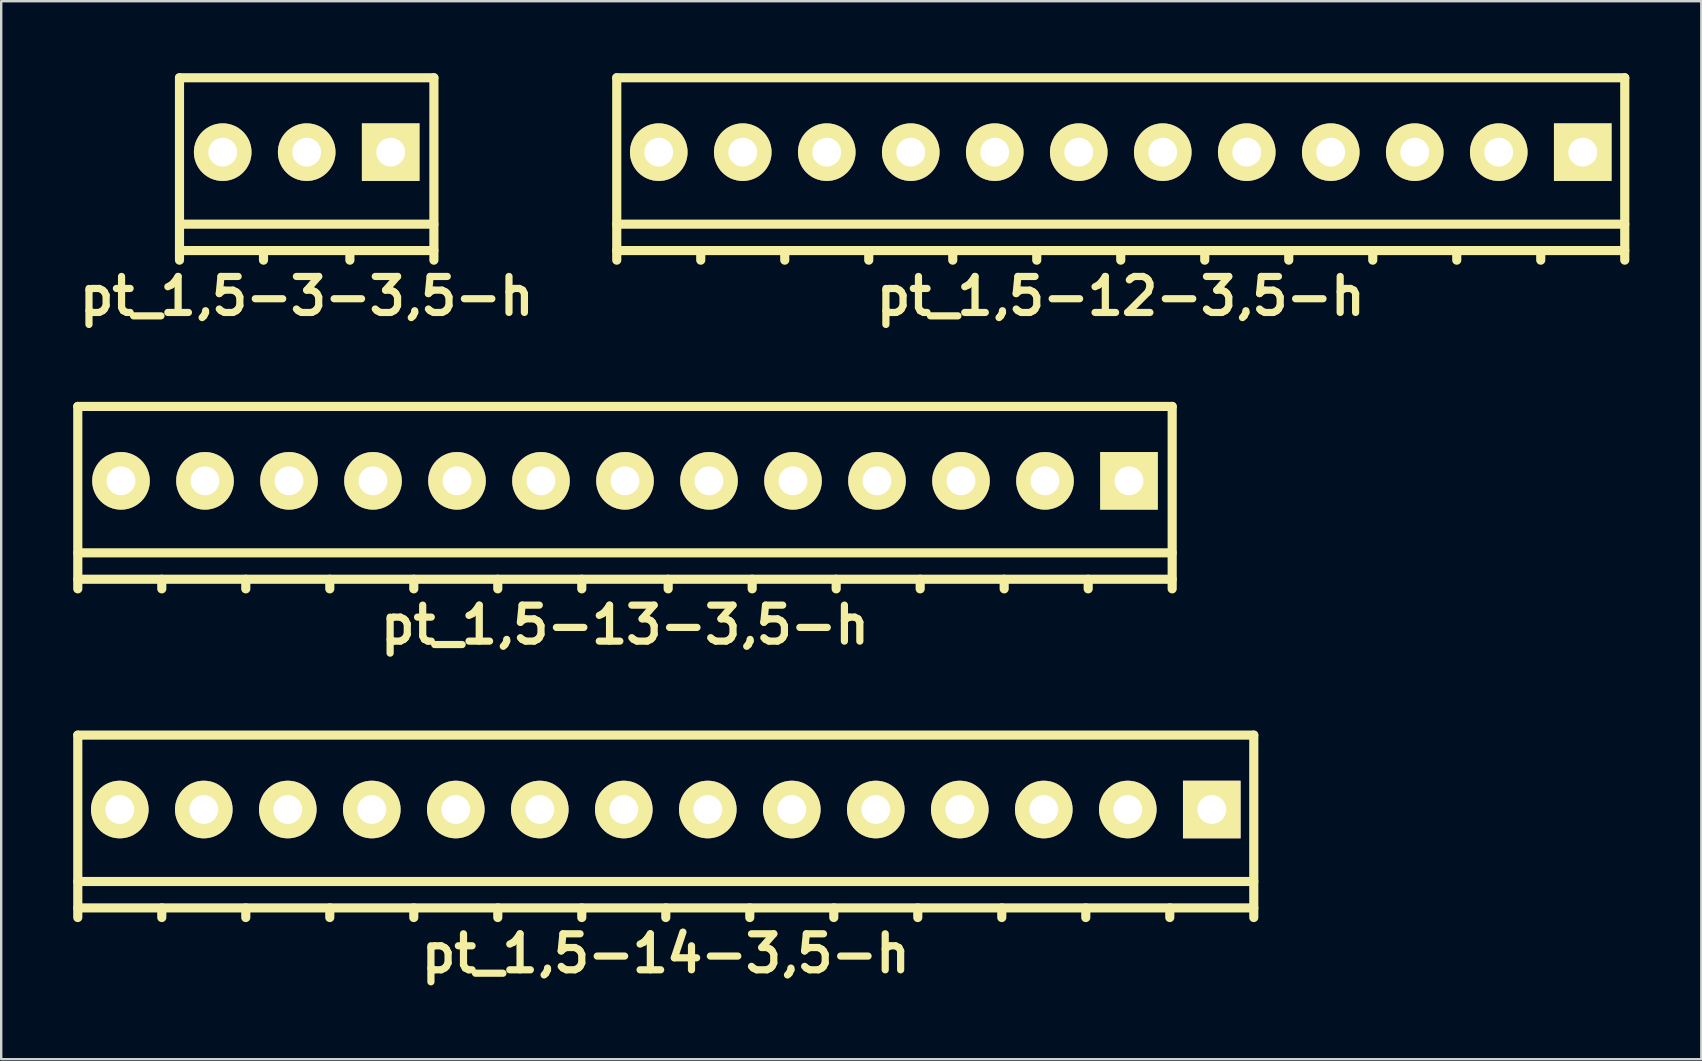
<source format=kicad_pcb>
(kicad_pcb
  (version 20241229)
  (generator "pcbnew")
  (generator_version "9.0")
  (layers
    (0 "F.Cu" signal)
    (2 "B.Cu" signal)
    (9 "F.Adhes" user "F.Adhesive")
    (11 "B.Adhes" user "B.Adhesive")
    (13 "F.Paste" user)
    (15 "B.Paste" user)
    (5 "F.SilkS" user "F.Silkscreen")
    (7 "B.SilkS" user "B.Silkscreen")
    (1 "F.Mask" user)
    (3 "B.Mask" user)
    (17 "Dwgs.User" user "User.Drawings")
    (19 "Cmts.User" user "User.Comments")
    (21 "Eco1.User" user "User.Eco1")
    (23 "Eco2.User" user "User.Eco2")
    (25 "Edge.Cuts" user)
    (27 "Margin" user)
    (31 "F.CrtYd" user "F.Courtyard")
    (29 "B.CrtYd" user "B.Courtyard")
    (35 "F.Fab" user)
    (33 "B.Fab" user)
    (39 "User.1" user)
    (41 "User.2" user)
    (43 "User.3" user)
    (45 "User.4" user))
  (footprint "pt_1,5-12-3,5-h"
    (layer "F.Cu")
    (at 43.648 3.99)
    (property "Reference" "pt_1,5-12-3,5-h" (at 0 5.3 0) (layer "F.SilkS") (effects (font (size 1.5 1.5) (thickness 0.3))))
    (attr through_hole)
    (fp_line (start -21 -3.8) (end -21 3.8) (stroke (width 0.381) (type solid)) (layer "F.SilkS"))
    (fp_line (start -21 2.3) (end 21 2.3) (stroke (width 0.381) (type solid)) (layer "F.SilkS"))
    (fp_line (start -21 3.4) (end 21 3.4) (stroke (width 0.381) (type solid)) (layer "F.SilkS"))
    (fp_line (start -17.5 3.4) (end -17.5 3.8) (stroke (width 0.381) (type solid)) (layer "F.SilkS"))
    (fp_line (start -14 3.4) (end -14 3.8) (stroke (width 0.381) (type solid)) (layer "F.SilkS"))
    (fp_line (start -10.5 3.4) (end -10.5 3.8) (stroke (width 0.381) (type solid)) (layer "F.SilkS"))
    (fp_line (start -7 3.4) (end -7 3.8) (stroke (width 0.381) (type solid)) (layer "F.SilkS"))
    (fp_line (start -3.5 3.4) (end -3.5 3.8) (stroke (width 0.381) (type solid)) (layer "F.SilkS"))
    (fp_line (start 0 3.4) (end 0 3.8) (stroke (width 0.381) (type solid)) (layer "F.SilkS"))
    (fp_line (start 3.5 3.4) (end 3.5 3.8) (stroke (width 0.381) (type solid)) (layer "F.SilkS"))
    (fp_line (start 7 3.4) (end 7 3.8) (stroke (width 0.381) (type solid)) (layer "F.SilkS"))
    (fp_line (start 10.5 3.4) (end 10.5 3.8) (stroke (width 0.381) (type solid)) (layer "F.SilkS"))
    (fp_line (start 14 3.4) (end 14 3.8) (stroke (width 0.381) (type solid)) (layer "F.SilkS"))
    (fp_line (start 17.5 3.4) (end 17.5 3.8) (stroke (width 0.381) (type solid)) (layer "F.SilkS"))
    (fp_line (start 21 -3.8) (end -21 -3.8) (stroke (width 0.381) (type solid)) (layer "F.SilkS"))
    (fp_line (start 21 3.8) (end 21 -3.8) (stroke (width 0.381) (type solid)) (layer "F.SilkS"))
    (pad "1" thru_hole rect (at 19.25 -0.7) (size 2.4 2.4) (drill 1.2) (layers "*.Cu" "*.Mask" "F.SilkS"))
    (pad "2" thru_hole circle (at 15.75 -0.7) (size 2.4 2.4) (drill 1.2) (layers "*.Cu" "*.Mask" "F.SilkS"))
    (pad "3" thru_hole circle (at 12.25 -0.7) (size 2.4 2.4) (drill 1.2) (layers "*.Cu" "*.Mask" "F.SilkS"))
    (pad "4" thru_hole circle (at 8.75 -0.7) (size 2.4 2.4) (drill 1.2) (layers "*.Cu" "*.Mask" "F.SilkS"))
    (pad "5" thru_hole circle (at 5.25 -0.7) (size 2.4 2.4) (drill 1.2) (layers "*.Cu" "*.Mask" "F.SilkS"))
    (pad "6" thru_hole circle (at 1.75 -0.7) (size 2.4 2.4) (drill 1.2) (layers "*.Cu" "*.Mask" "F.SilkS"))
    (pad "7" thru_hole circle (at -1.75 -0.7) (size 2.4 2.4) (drill 1.2) (layers "*.Cu" "*.Mask" "F.SilkS"))
    (pad "8" thru_hole circle (at -5.25 -0.7) (size 2.4 2.4) (drill 1.2) (layers "*.Cu" "*.Mask" "F.SilkS"))
    (pad "9" thru_hole circle (at -8.75 -0.7) (size 2.4 2.4) (drill 1.2) (layers "*.Cu" "*.Mask" "F.SilkS"))
    (pad "10" thru_hole circle (at -12.25 -0.7) (size 2.4 2.4) (drill 1.2) (layers "*.Cu" "*.Mask" "F.SilkS"))
    (pad "11" thru_hole circle (at -15.75 -0.7) (size 2.4 2.4) (drill 1.2) (layers "*.Cu" "*.Mask" "F.SilkS"))
    (pad "12" thru_hole circle (at -19.25 -0.7) (size 2.4 2.4) (drill 1.2) (layers "*.Cu" "*.Mask" "F.SilkS")))
  (footprint "pt_1,5-13-3,5-h"
    (layer "F.Cu")
    (at 22.991 17.685)
    (property "Reference" "pt_1,5-13-3,5-h" (at 0 5.3 0) (layer "F.SilkS") (effects (font (size 1.5 1.5) (thickness 0.3))))
    (attr through_hole)
    (fp_line (start -22.8 -3.8) (end -22.8 3.8) (stroke (width 0.381) (type solid)) (layer "F.SilkS"))
    (fp_line (start -22.8 2.3) (end 22.8 2.3) (stroke (width 0.381) (type solid)) (layer "F.SilkS"))
    (fp_line (start -22.8 3.4) (end 22.8 3.4) (stroke (width 0.381) (type solid)) (layer "F.SilkS"))
    (fp_line (start -19.3 3.4) (end -19.3 3.8) (stroke (width 0.381) (type solid)) (layer "F.SilkS"))
    (fp_line (start -15.8 3.4) (end -15.8 3.8) (stroke (width 0.381) (type solid)) (layer "F.SilkS"))
    (fp_line (start -12.3 3.4) (end -12.3 3.8) (stroke (width 0.381) (type solid)) (layer "F.SilkS"))
    (fp_line (start -8.8 3.4) (end -8.8 3.8) (stroke (width 0.381) (type solid)) (layer "F.SilkS"))
    (fp_line (start -5.3 3.4) (end -5.3 3.8) (stroke (width 0.381) (type solid)) (layer "F.SilkS"))
    (fp_line (start -1.8 3.4) (end -1.8 3.8) (stroke (width 0.381) (type solid)) (layer "F.SilkS"))
    (fp_line (start 1.8 3.4) (end 1.8 3.8) (stroke (width 0.381) (type solid)) (layer "F.SilkS"))
    (fp_line (start 5.3 3.4) (end 5.3 3.8) (stroke (width 0.381) (type solid)) (layer "F.SilkS"))
    (fp_line (start 8.8 3.4) (end 8.8 3.8) (stroke (width 0.381) (type solid)) (layer "F.SilkS"))
    (fp_line (start 12.3 3.4) (end 12.3 3.8) (stroke (width 0.381) (type solid)) (layer "F.SilkS"))
    (fp_line (start 15.8 3.4) (end 15.8 3.8) (stroke (width 0.381) (type solid)) (layer "F.SilkS"))
    (fp_line (start 19.3 3.4) (end 19.3 3.8) (stroke (width 0.381) (type solid)) (layer "F.SilkS"))
    (fp_line (start 22.8 -3.8) (end -22.8 -3.8) (stroke (width 0.381) (type solid)) (layer "F.SilkS"))
    (fp_line (start 22.8 3.8) (end 22.8 -3.8) (stroke (width 0.381) (type solid)) (layer "F.SilkS"))
    (pad "1" thru_hole rect (at 21 -0.7) (size 2.4 2.4) (drill 1.2) (layers "*.Cu" "*.Mask" "F.SilkS"))
    (pad "2" thru_hole circle (at 17.5 -0.7) (size 2.4 2.4) (drill 1.2) (layers "*.Cu" "*.Mask" "F.SilkS"))
    (pad "3" thru_hole circle (at 14 -0.7) (size 2.4 2.4) (drill 1.2) (layers "*.Cu" "*.Mask" "F.SilkS"))
    (pad "4" thru_hole circle (at 10.5 -0.7) (size 2.4 2.4) (drill 1.2) (layers "*.Cu" "*.Mask" "F.SilkS"))
    (pad "5" thru_hole circle (at 7 -0.7) (size 2.4 2.4) (drill 1.2) (layers "*.Cu" "*.Mask" "F.SilkS"))
    (pad "6" thru_hole circle (at 3.5 -0.7) (size 2.4 2.4) (drill 1.2) (layers "*.Cu" "*.Mask" "F.SilkS"))
    (pad "7" thru_hole circle (at 0 -0.7) (size 2.4 2.4) (drill 1.2) (layers "*.Cu" "*.Mask" "F.SilkS"))
    (pad "8" thru_hole circle (at -3.5 -0.7) (size 2.4 2.4) (drill 1.2) (layers "*.Cu" "*.Mask" "F.SilkS"))
    (pad "9" thru_hole circle (at -7 -0.7) (size 2.4 2.4) (drill 1.2) (layers "*.Cu" "*.Mask" "F.SilkS"))
    (pad "10" thru_hole circle (at -10.5 -0.7) (size 2.4 2.4) (drill 1.2) (layers "*.Cu" "*.Mask" "F.SilkS"))
    (pad "11" thru_hole circle (at -14 -0.7) (size 2.4 2.4) (drill 1.2) (layers "*.Cu" "*.Mask" "F.SilkS"))
    (pad "12" thru_hole circle (at -17.5 -0.7) (size 2.4 2.4) (drill 1.2) (layers "*.Cu" "*.Mask" "F.SilkS"))
    (pad "13" thru_hole circle (at -21 -0.7) (size 2.4 2.4) (drill 1.2) (layers "*.Cu" "*.Mask" "F.SilkS")))
  (footprint "pt_1,5-3-3,5-h"
    (layer "F.Cu")
    (at 9.729 3.99)
    (property "Reference" "pt_1,5-3-3,5-h" (at 0 5.3 0) (layer "F.SilkS") (effects (font (size 1.5 1.5) (thickness 0.3))))
    (attr through_hole)
    (fp_line (start -5.3 -3.8) (end -5.3 3.8) (stroke (width 0.381) (type solid)) (layer "F.SilkS"))
    (fp_line (start -5.3 2.3) (end 5.3 2.3) (stroke (width 0.381) (type solid)) (layer "F.SilkS"))
    (fp_line (start -5.3 3.4) (end 5.3 3.4) (stroke (width 0.381) (type solid)) (layer "F.SilkS"))
    (fp_line (start -1.8 3.4) (end -1.8 3.8) (stroke (width 0.381) (type solid)) (layer "F.SilkS"))
    (fp_line (start 1.8 3.4) (end 1.8 3.8) (stroke (width 0.381) (type solid)) (layer "F.SilkS"))
    (fp_line (start 5.3 -3.8) (end -5.3 -3.8) (stroke (width 0.381) (type solid)) (layer "F.SilkS"))
    (fp_line (start 5.3 3.8) (end 5.3 -3.8) (stroke (width 0.381) (type solid)) (layer "F.SilkS"))
    (pad "1" thru_hole rect (at 3.5 -0.7) (size 2.4 2.4) (drill 1.2) (layers "*.Cu" "*.Mask" "F.SilkS"))
    (pad "2" thru_hole circle (at 0 -0.7) (size 2.4 2.4) (drill 1.2) (layers "*.Cu" "*.Mask" "F.SilkS"))
    (pad "3" thru_hole circle (at -3.5 -0.7) (size 2.4 2.4) (drill 1.2) (layers "*.Cu" "*.Mask" "F.SilkS")))
  (footprint "pt_1,5-14-3,5-h"
    (layer "F.Cu")
    (at 24.691 31.38)
    (property "Reference" "pt_1,5-14-3,5-h" (at 0 5.3 0) (layer "F.SilkS") (effects (font (size 1.5 1.5) (thickness 0.3))))
    (attr through_hole)
    (fp_line (start -24.5 -3.8) (end -24.5 3.8) (stroke (width 0.381) (type solid)) (layer "F.SilkS"))
    (fp_line (start -24.5 2.3) (end 24.5 2.3) (stroke (width 0.381) (type solid)) (layer "F.SilkS"))
    (fp_line (start -24.5 3.4) (end 24.5 3.4) (stroke (width 0.381) (type solid)) (layer "F.SilkS"))
    (fp_line (start -21 3.4) (end -21 3.8) (stroke (width 0.381) (type solid)) (layer "F.SilkS"))
    (fp_line (start -17.5 3.4) (end -17.5 3.8) (stroke (width 0.381) (type solid)) (layer "F.SilkS"))
    (fp_line (start -14 3.4) (end -14 3.8) (stroke (width 0.381) (type solid)) (layer "F.SilkS"))
    (fp_line (start -10.5 3.4) (end -10.5 3.8) (stroke (width 0.381) (type solid)) (layer "F.SilkS"))
    (fp_line (start -7 3.4) (end -7 3.8) (stroke (width 0.381) (type solid)) (layer "F.SilkS"))
    (fp_line (start -3.5 3.4) (end -3.5 3.8) (stroke (width 0.381) (type solid)) (layer "F.SilkS"))
    (fp_line (start 0 3.4) (end 0 3.8) (stroke (width 0.381) (type solid)) (layer "F.SilkS"))
    (fp_line (start 3.5 3.4) (end 3.5 3.8) (stroke (width 0.381) (type solid)) (layer "F.SilkS"))
    (fp_line (start 7 3.4) (end 7 3.8) (stroke (width 0.381) (type solid)) (layer "F.SilkS"))
    (fp_line (start 10.5 3.4) (end 10.5 3.8) (stroke (width 0.381) (type solid)) (layer "F.SilkS"))
    (fp_line (start 14 3.4) (end 14 3.8) (stroke (width 0.381) (type solid)) (layer "F.SilkS"))
    (fp_line (start 17.5 3.4) (end 17.5 3.8) (stroke (width 0.381) (type solid)) (layer "F.SilkS"))
    (fp_line (start 21 3.4) (end 21 3.8) (stroke (width 0.381) (type solid)) (layer "F.SilkS"))
    (fp_line (start 24.5 -3.8) (end -24.5 -3.8) (stroke (width 0.381) (type solid)) (layer "F.SilkS"))
    (fp_line (start 24.5 3.8) (end 24.5 -3.8) (stroke (width 0.381) (type solid)) (layer "F.SilkS"))
    (pad "1" thru_hole rect (at 22.75 -0.7) (size 2.4 2.4) (drill 1.2) (layers "*.Cu" "*.Mask" "F.SilkS"))
    (pad "2" thru_hole circle (at 19.25 -0.7) (size 2.4 2.4) (drill 1.2) (layers "*.Cu" "*.Mask" "F.SilkS"))
    (pad "3" thru_hole circle (at 15.75 -0.7) (size 2.4 2.4) (drill 1.2) (layers "*.Cu" "*.Mask" "F.SilkS"))
    (pad "4" thru_hole circle (at 12.25 -0.7) (size 2.4 2.4) (drill 1.2) (layers "*.Cu" "*.Mask" "F.SilkS"))
    (pad "5" thru_hole circle (at 8.75 -0.7) (size 2.4 2.4) (drill 1.2) (layers "*.Cu" "*.Mask" "F.SilkS"))
    (pad "6" thru_hole circle (at 5.25 -0.7) (size 2.4 2.4) (drill 1.2) (layers "*.Cu" "*.Mask" "F.SilkS"))
    (pad "7" thru_hole circle (at 1.75 -0.7) (size 2.4 2.4) (drill 1.2) (layers "*.Cu" "*.Mask" "F.SilkS"))
    (pad "8" thru_hole circle (at -1.75 -0.7) (size 2.4 2.4) (drill 1.2) (layers "*.Cu" "*.Mask" "F.SilkS"))
    (pad "9" thru_hole circle (at -5.25 -0.7) (size 2.4 2.4) (drill 1.2) (layers "*.Cu" "*.Mask" "F.SilkS"))
    (pad "10" thru_hole circle (at -8.75 -0.7) (size 2.4 2.4) (drill 1.2) (layers "*.Cu" "*.Mask" "F.SilkS"))
    (pad "11" thru_hole circle (at -12.25 -0.7) (size 2.4 2.4) (drill 1.2) (layers "*.Cu" "*.Mask" "F.SilkS"))
    (pad "12" thru_hole circle (at -15.75 -0.7) (size 2.4 2.4) (drill 1.2) (layers "*.Cu" "*.Mask" "F.SilkS"))
    (pad "13" thru_hole circle (at -19.25 -0.7) (size 2.4 2.4) (drill 1.2) (layers "*.Cu" "*.Mask" "F.SilkS"))
    (pad "14" thru_hole circle (at -22.75 -0.7) (size 2.4 2.4) (drill 1.2) (layers "*.Cu" "*.Mask" "F.SilkS")))
  (gr_rect
    (start -3 -3)
    (end 67.838 41.084)
    (stroke (width 0.1) (type default))
    (fill no)
    (layer "Edge.Cuts")))
</source>
